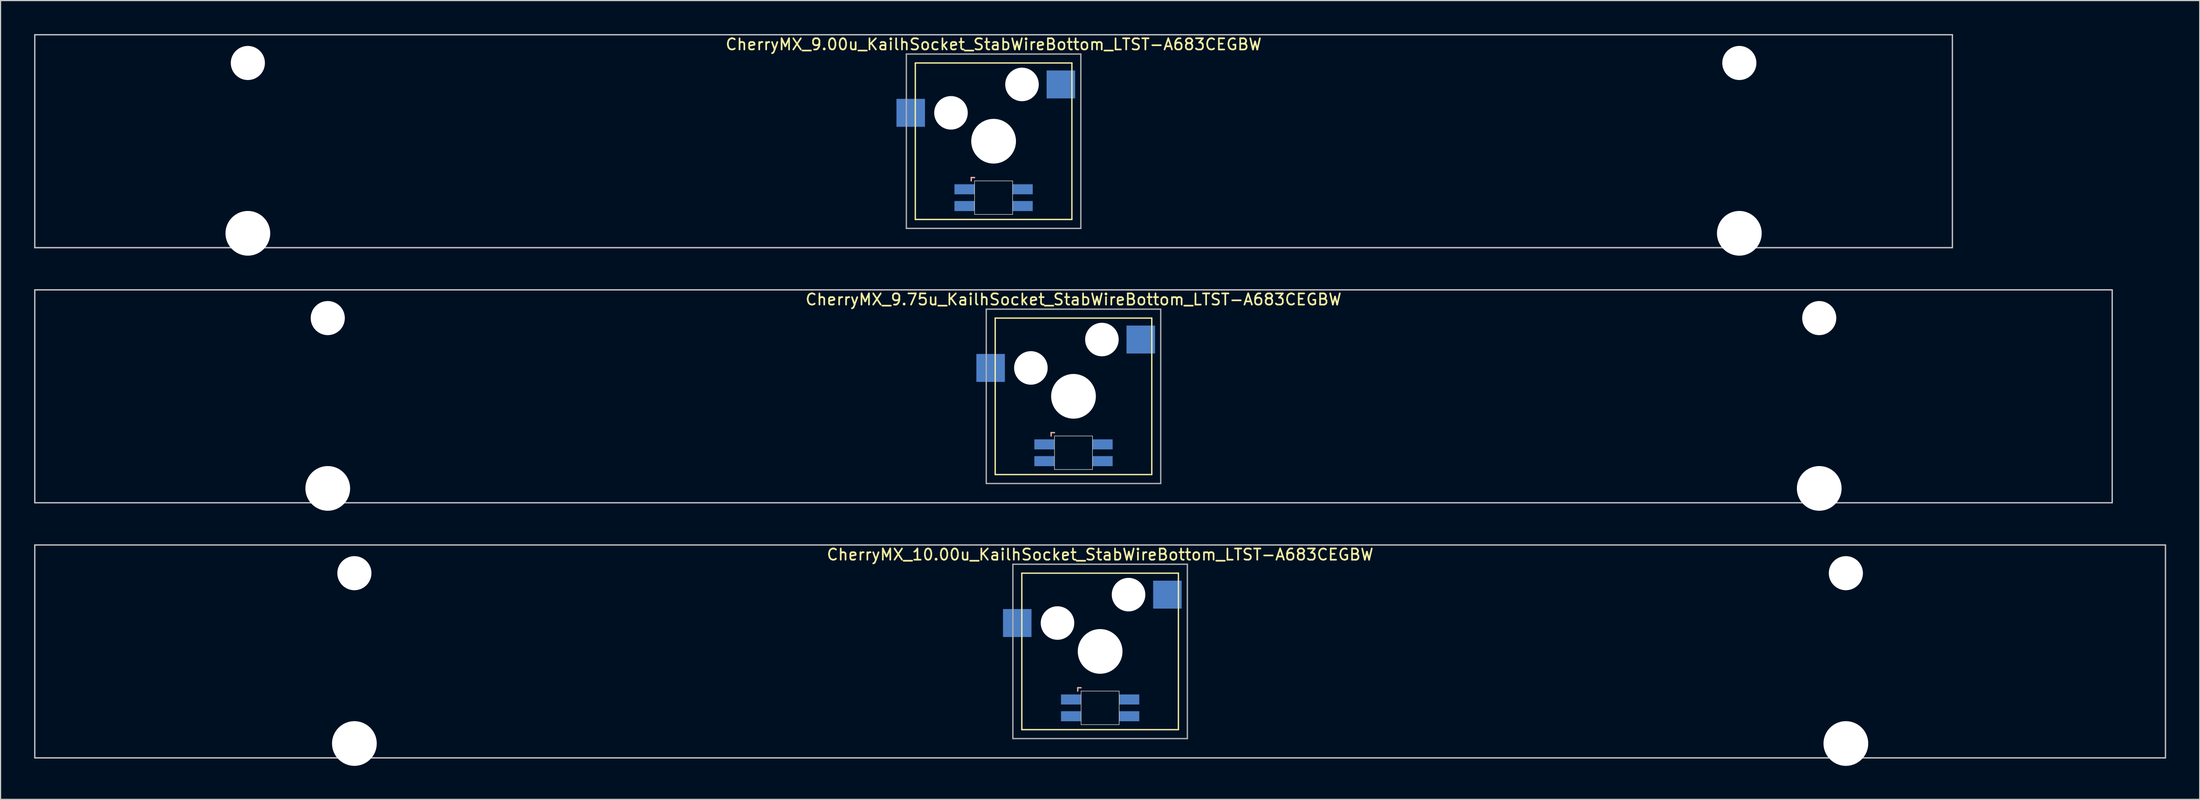
<source format=kicad_pcb>
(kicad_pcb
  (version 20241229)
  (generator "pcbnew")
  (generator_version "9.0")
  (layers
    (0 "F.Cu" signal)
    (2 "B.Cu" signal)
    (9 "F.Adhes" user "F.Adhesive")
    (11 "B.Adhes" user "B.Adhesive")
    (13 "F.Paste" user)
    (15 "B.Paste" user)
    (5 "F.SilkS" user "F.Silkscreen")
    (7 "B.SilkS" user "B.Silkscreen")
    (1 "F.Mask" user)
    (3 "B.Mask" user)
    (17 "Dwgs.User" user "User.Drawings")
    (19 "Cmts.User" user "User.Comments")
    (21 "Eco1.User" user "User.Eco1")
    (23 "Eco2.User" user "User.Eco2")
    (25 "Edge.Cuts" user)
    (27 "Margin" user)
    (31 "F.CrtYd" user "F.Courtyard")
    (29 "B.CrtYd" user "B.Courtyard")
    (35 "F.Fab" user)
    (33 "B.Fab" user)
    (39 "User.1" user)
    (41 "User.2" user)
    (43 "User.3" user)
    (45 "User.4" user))
  (footprint "CherryMX_9.00u_KailhSocket_StabWireBottom_LTST-A683CEGBW"
    (layer "F.Cu")
    (at 85.785 9.585)
    (property "Reference" "CherryMX_9.00u_KailhSocket_StabWireBottom_LTST-A683CEGBW" (at 0 -8.662 0) (layer "F.SilkS") (effects (font (size 1 1) (thickness 0.15))))
    (attr through_hole)
    (fp_line (start -7 -7) (end -7 7) (stroke (width 0.12) (type solid)) (layer "F.SilkS"))
    (fp_line (start -7 -7) (end 7 -7) (stroke (width 0.12) (type solid)) (layer "F.SilkS"))
    (fp_line (start 7 -7) (end 7 7) (stroke (width 0.12) (type solid)) (layer "F.SilkS"))
    (fp_line (start 7 7) (end -7 7) (stroke (width 0.12) (type solid)) (layer "F.SilkS"))
    (fp_line (start -2 3.25) (end -2 3.55) (stroke (width 0.12) (type solid)) (layer "B.SilkS"))
    (fp_line (start -1.7 3.25) (end -2 3.25) (stroke (width 0.12) (type solid)) (layer "B.SilkS"))
    (fp_line (start -85.725 -9.525) (end 85.725 -9.525) (stroke (width 0.12) (type solid)) (layer "Dwgs.User"))
    (fp_line (start -85.725 9.525) (end -85.725 -9.525) (stroke (width 0.12) (type solid)) (layer "Dwgs.User"))
    (fp_line (start 85.725 -9.525) (end 85.725 9.525) (stroke (width 0.12) (type solid)) (layer "Dwgs.User"))
    (fp_line (start 85.725 9.525) (end -85.725 9.525) (stroke (width 0.12) (type solid)) (layer "Dwgs.User"))
    (fp_line (start -1.7 3.55) (end 1.7 3.55) (stroke (width 0.05) (type solid)) (layer "Edge.Cuts"))
    (fp_line (start -1.7 6.55) (end -1.7 3.55) (stroke (width 0.05) (type solid)) (layer "Edge.Cuts"))
    (fp_line (start 1.7 3.55) (end 1.7 6.55) (stroke (width 0.05) (type solid)) (layer "Edge.Cuts"))
    (fp_line (start 1.7 6.55) (end -1.7 6.55) (stroke (width 0.05) (type solid)) (layer "Edge.Cuts"))
    (fp_line (start -7.8 -7.8) (end -7.8 7.8) (stroke (width 0.12) (type solid)) (layer "F.Fab"))
    (fp_line (start -7.8 -7.8) (end 7.8 -7.8) (stroke (width 0.12) (type solid)) (layer "F.Fab"))
    (fp_line (start -7.8 7.8) (end 7.8 7.8) (stroke (width 0.12) (type solid)) (layer "F.Fab"))
    (fp_line (start 7.8 -7.8) (end 7.8 7.8) (stroke (width 0.12) (type solid)) (layer "F.Fab"))
    (pad "" np_thru_hole circle (at -66.675 -7) (size 3.05 3.05) (drill 3.05) (layers "*.Cu" "*.Mask"))
    (pad "" np_thru_hole circle (at -66.675 8.24) (size 4 4) (drill 4) (layers "*.Cu" "*.Mask"))
    (pad "" np_thru_hole circle (at -3.81 -2.54) (size 3 3) (drill 3) (layers "*.Cu" "*.Mask"))
    (pad "" np_thru_hole circle (at 0 0) (size 4 4) (drill 4) (layers "*.Cu" "*.Mask"))
    (pad "" np_thru_hole circle (at 2.54 -5.08) (size 3 3) (drill 3) (layers "*.Cu" "*.Mask"))
    (pad "" np_thru_hole circle (at 66.675 -7) (size 3.05 3.05) (drill 3.05) (layers "*.Cu" "*.Mask"))
    (pad "" np_thru_hole circle (at 66.675 8.24) (size 4 4) (drill 4) (layers "*.Cu" "*.Mask"))
    (pad "1" smd rect (at -7.41 -2.54) (size 2.55 2.5) (layers "B.Cu" "B.Mask" "B.Paste"))
    (pad "2" smd rect (at 6.015 -5.08) (size 2.55 2.5) (layers "B.Cu" "B.Mask" "B.Paste"))
    (pad "3" smd rect (at -2.6 4.3) (size 1.8 0.9) (layers "B.Cu" "B.Mask" "B.Paste"))
    (pad "4" smd rect (at -2.6 5.8) (size 1.8 0.9) (layers "B.Cu" "B.Mask" "B.Paste"))
    (pad "5" smd rect (at 2.6 4.3) (size 1.8 0.9) (layers "B.Cu" "B.Mask" "B.Paste"))
    (pad "6" smd rect (at 2.6 5.8) (size 1.8 0.9) (layers "B.Cu" "B.Mask" "B.Paste")))
  (footprint "CherryMX_9.75u_KailhSocket_StabWireBottom_LTST-A683CEGBW"
    (layer "F.Cu")
    (at 92.929 32.41)
    (property "Reference" "CherryMX_9.75u_KailhSocket_StabWireBottom_LTST-A683CEGBW" (at 0 -8.662 0) (layer "F.SilkS") (effects (font (size 1 1) (thickness 0.15))))
    (attr through_hole)
    (fp_line (start -7 -7) (end -7 7) (stroke (width 0.12) (type solid)) (layer "F.SilkS"))
    (fp_line (start -7 -7) (end 7 -7) (stroke (width 0.12) (type solid)) (layer "F.SilkS"))
    (fp_line (start 7 -7) (end 7 7) (stroke (width 0.12) (type solid)) (layer "F.SilkS"))
    (fp_line (start 7 7) (end -7 7) (stroke (width 0.12) (type solid)) (layer "F.SilkS"))
    (fp_line (start -2 3.25) (end -2 3.55) (stroke (width 0.12) (type solid)) (layer "B.SilkS"))
    (fp_line (start -1.7 3.25) (end -2 3.25) (stroke (width 0.12) (type solid)) (layer "B.SilkS"))
    (fp_line (start -92.869 -9.525) (end 92.869 -9.525) (stroke (width 0.12) (type solid)) (layer "Dwgs.User"))
    (fp_line (start -92.869 9.525) (end -92.869 -9.525) (stroke (width 0.12) (type solid)) (layer "Dwgs.User"))
    (fp_line (start 92.869 -9.525) (end 92.869 9.525) (stroke (width 0.12) (type solid)) (layer "Dwgs.User"))
    (fp_line (start 92.869 9.525) (end -92.869 9.525) (stroke (width 0.12) (type solid)) (layer "Dwgs.User"))
    (fp_line (start -1.7 3.55) (end 1.7 3.55) (stroke (width 0.05) (type solid)) (layer "Edge.Cuts"))
    (fp_line (start -1.7 6.55) (end -1.7 3.55) (stroke (width 0.05) (type solid)) (layer "Edge.Cuts"))
    (fp_line (start 1.7 3.55) (end 1.7 6.55) (stroke (width 0.05) (type solid)) (layer "Edge.Cuts"))
    (fp_line (start 1.7 6.55) (end -1.7 6.55) (stroke (width 0.05) (type solid)) (layer "Edge.Cuts"))
    (fp_line (start -7.8 -7.8) (end -7.8 7.8) (stroke (width 0.12) (type solid)) (layer "F.Fab"))
    (fp_line (start -7.8 -7.8) (end 7.8 -7.8) (stroke (width 0.12) (type solid)) (layer "F.Fab"))
    (fp_line (start -7.8 7.8) (end 7.8 7.8) (stroke (width 0.12) (type solid)) (layer "F.Fab"))
    (fp_line (start 7.8 -7.8) (end 7.8 7.8) (stroke (width 0.12) (type solid)) (layer "F.Fab"))
    (pad "" np_thru_hole circle (at -66.675 -7) (size 3.05 3.05) (drill 3.05) (layers "*.Cu" "*.Mask"))
    (pad "" np_thru_hole circle (at -66.675 8.24) (size 4 4) (drill 4) (layers "*.Cu" "*.Mask"))
    (pad "" np_thru_hole circle (at -3.81 -2.54) (size 3 3) (drill 3) (layers "*.Cu" "*.Mask"))
    (pad "" np_thru_hole circle (at 0 0) (size 4 4) (drill 4) (layers "*.Cu" "*.Mask"))
    (pad "" np_thru_hole circle (at 2.54 -5.08) (size 3 3) (drill 3) (layers "*.Cu" "*.Mask"))
    (pad "" np_thru_hole circle (at 66.675 -7) (size 3.05 3.05) (drill 3.05) (layers "*.Cu" "*.Mask"))
    (pad "" np_thru_hole circle (at 66.675 8.24) (size 4 4) (drill 4) (layers "*.Cu" "*.Mask"))
    (pad "1" smd rect (at -7.41 -2.54) (size 2.55 2.5) (layers "B.Cu" "B.Mask" "B.Paste"))
    (pad "2" smd rect (at 6.015 -5.08) (size 2.55 2.5) (layers "B.Cu" "B.Mask" "B.Paste"))
    (pad "3" smd rect (at -2.6 4.3) (size 1.8 0.9) (layers "B.Cu" "B.Mask" "B.Paste"))
    (pad "4" smd rect (at -2.6 5.8) (size 1.8 0.9) (layers "B.Cu" "B.Mask" "B.Paste"))
    (pad "5" smd rect (at 2.6 4.3) (size 1.8 0.9) (layers "B.Cu" "B.Mask" "B.Paste"))
    (pad "6" smd rect (at 2.6 5.8) (size 1.8 0.9) (layers "B.Cu" "B.Mask" "B.Paste")))
  (footprint "CherryMX_10.00u_KailhSocket_StabWireBottom_LTST-A683CEGBW"
    (layer "F.Cu")
    (at 95.31 55.235)
    (property "Reference" "CherryMX_10.00u_KailhSocket_StabWireBottom_LTST-A683CEGBW" (at 0 -8.662 0) (layer "F.SilkS") (effects (font (size 1 1) (thickness 0.15))))
    (attr through_hole)
    (fp_line (start -7 -7) (end -7 7) (stroke (width 0.12) (type solid)) (layer "F.SilkS"))
    (fp_line (start -7 -7) (end 7 -7) (stroke (width 0.12) (type solid)) (layer "F.SilkS"))
    (fp_line (start 7 -7) (end 7 7) (stroke (width 0.12) (type solid)) (layer "F.SilkS"))
    (fp_line (start 7 7) (end -7 7) (stroke (width 0.12) (type solid)) (layer "F.SilkS"))
    (fp_line (start -2 3.25) (end -2 3.55) (stroke (width 0.12) (type solid)) (layer "B.SilkS"))
    (fp_line (start -1.7 3.25) (end -2 3.25) (stroke (width 0.12) (type solid)) (layer "B.SilkS"))
    (fp_line (start -95.25 -9.525) (end 95.25 -9.525) (stroke (width 0.12) (type solid)) (layer "Dwgs.User"))
    (fp_line (start -95.25 9.525) (end -95.25 -9.525) (stroke (width 0.12) (type solid)) (layer "Dwgs.User"))
    (fp_line (start 95.25 -9.525) (end 95.25 9.525) (stroke (width 0.12) (type solid)) (layer "Dwgs.User"))
    (fp_line (start 95.25 9.525) (end -95.25 9.525) (stroke (width 0.12) (type solid)) (layer "Dwgs.User"))
    (fp_line (start -1.7 3.55) (end 1.7 3.55) (stroke (width 0.05) (type solid)) (layer "Edge.Cuts"))
    (fp_line (start -1.7 6.55) (end -1.7 3.55) (stroke (width 0.05) (type solid)) (layer "Edge.Cuts"))
    (fp_line (start 1.7 3.55) (end 1.7 6.55) (stroke (width 0.05) (type solid)) (layer "Edge.Cuts"))
    (fp_line (start 1.7 6.55) (end -1.7 6.55) (stroke (width 0.05) (type solid)) (layer "Edge.Cuts"))
    (fp_line (start -7.8 -7.8) (end -7.8 7.8) (stroke (width 0.12) (type solid)) (layer "F.Fab"))
    (fp_line (start -7.8 -7.8) (end 7.8 -7.8) (stroke (width 0.12) (type solid)) (layer "F.Fab"))
    (fp_line (start -7.8 7.8) (end 7.8 7.8) (stroke (width 0.12) (type solid)) (layer "F.Fab"))
    (fp_line (start 7.8 -7.8) (end 7.8 7.8) (stroke (width 0.12) (type solid)) (layer "F.Fab"))
    (pad "" np_thru_hole circle (at -66.675 -7) (size 3.05 3.05) (drill 3.05) (layers "*.Cu" "*.Mask"))
    (pad "" np_thru_hole circle (at -66.675 8.24) (size 4 4) (drill 4) (layers "*.Cu" "*.Mask"))
    (pad "" np_thru_hole circle (at -3.81 -2.54) (size 3 3) (drill 3) (layers "*.Cu" "*.Mask"))
    (pad "" np_thru_hole circle (at 0 0) (size 4 4) (drill 4) (layers "*.Cu" "*.Mask"))
    (pad "" np_thru_hole circle (at 2.54 -5.08) (size 3 3) (drill 3) (layers "*.Cu" "*.Mask"))
    (pad "" np_thru_hole circle (at 66.675 -7) (size 3.05 3.05) (drill 3.05) (layers "*.Cu" "*.Mask"))
    (pad "" np_thru_hole circle (at 66.675 8.24) (size 4 4) (drill 4) (layers "*.Cu" "*.Mask"))
    (pad "1" smd rect (at -7.41 -2.54) (size 2.55 2.5) (layers "B.Cu" "B.Mask" "B.Paste"))
    (pad "2" smd rect (at 6.015 -5.08) (size 2.55 2.5) (layers "B.Cu" "B.Mask" "B.Paste"))
    (pad "3" smd rect (at -2.6 4.3) (size 1.8 0.9) (layers "B.Cu" "B.Mask" "B.Paste"))
    (pad "4" smd rect (at -2.6 5.8) (size 1.8 0.9) (layers "B.Cu" "B.Mask" "B.Paste"))
    (pad "5" smd rect (at 2.6 4.3) (size 1.8 0.9) (layers "B.Cu" "B.Mask" "B.Paste"))
    (pad "6" smd rect (at 2.6 5.8) (size 1.8 0.9) (layers "B.Cu" "B.Mask" "B.Paste")))
  (gr_rect
    (start -3 -3)
    (end 193.62 68.475)
    (stroke (width 0.1) (type default))
    (fill no)
    (layer "Edge.Cuts")))
</source>
